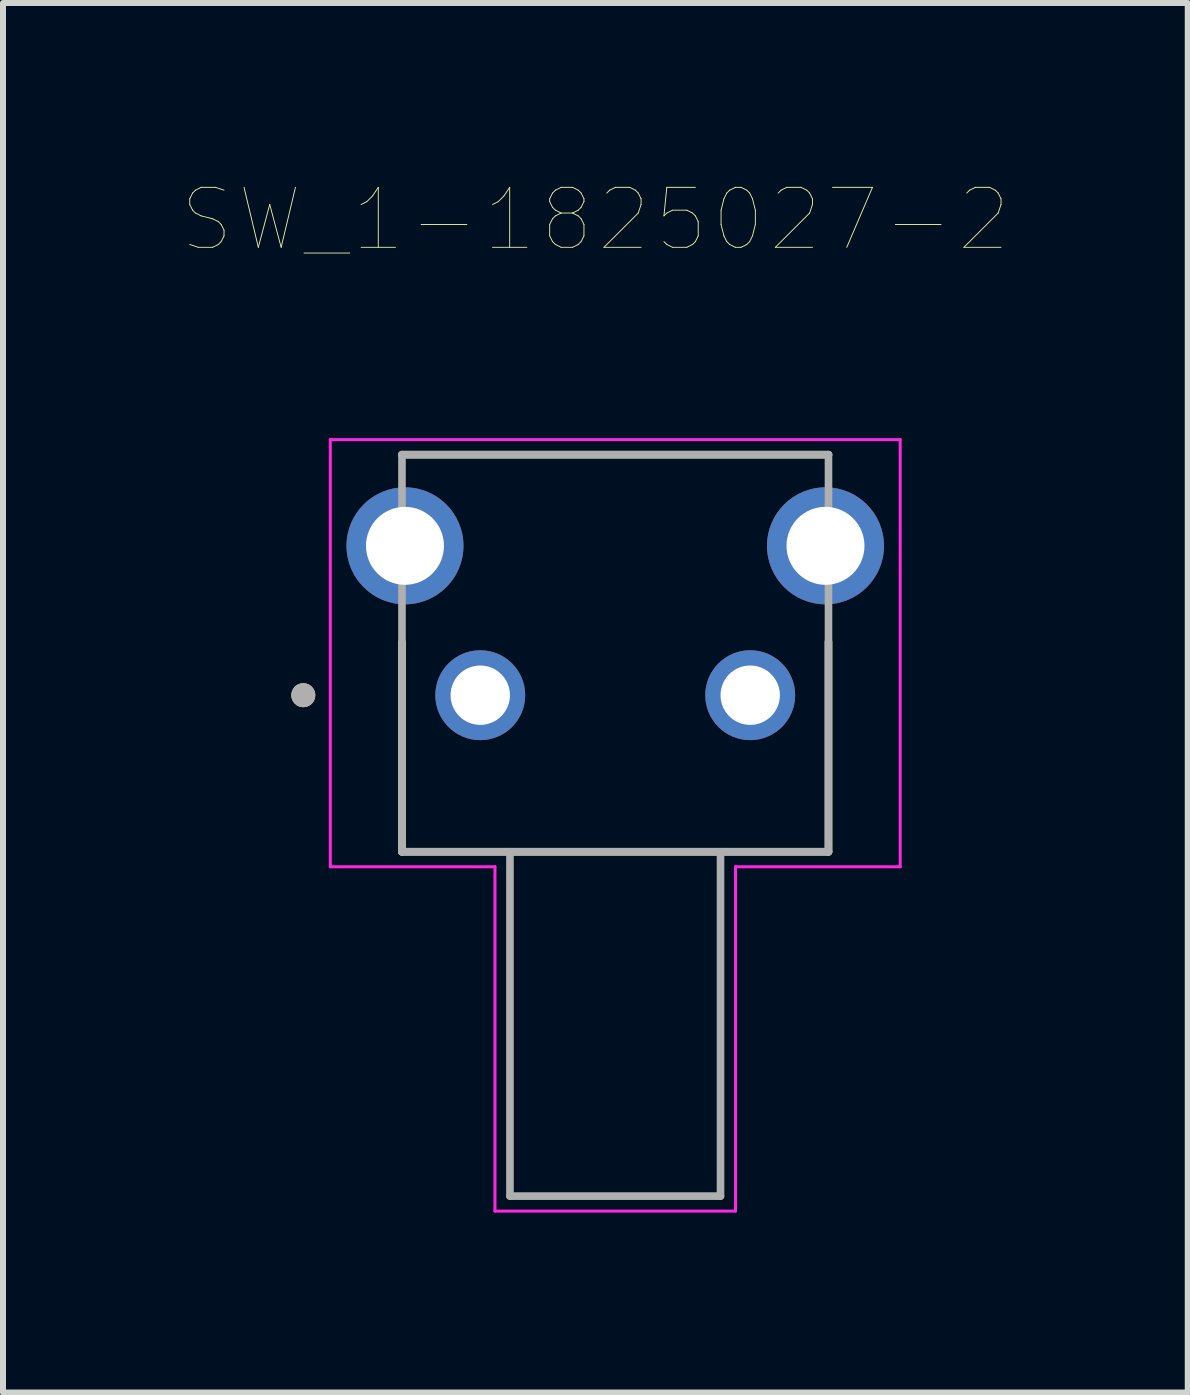
<source format=kicad_pcb>
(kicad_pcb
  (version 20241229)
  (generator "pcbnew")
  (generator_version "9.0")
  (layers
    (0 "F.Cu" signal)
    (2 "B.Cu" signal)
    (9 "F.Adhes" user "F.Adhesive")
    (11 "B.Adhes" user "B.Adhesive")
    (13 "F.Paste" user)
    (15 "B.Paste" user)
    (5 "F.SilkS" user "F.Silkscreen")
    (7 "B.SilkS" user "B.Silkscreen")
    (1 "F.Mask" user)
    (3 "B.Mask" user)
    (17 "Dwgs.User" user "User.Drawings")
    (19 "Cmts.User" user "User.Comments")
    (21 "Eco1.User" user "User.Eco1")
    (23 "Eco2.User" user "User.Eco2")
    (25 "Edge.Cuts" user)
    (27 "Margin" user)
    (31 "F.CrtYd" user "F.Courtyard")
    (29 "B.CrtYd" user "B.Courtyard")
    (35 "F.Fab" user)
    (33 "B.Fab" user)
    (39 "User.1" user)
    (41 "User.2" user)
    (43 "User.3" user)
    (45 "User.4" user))
  (footprint "SW_1-1825027-2"
    (layer "F.Cu")
    (at 7.206 8.539)
    (property "Reference" "SW_1-1825027-2" (at -0.331 -7.928 0) (layer "F.SilkS") (effects (font (size 1 1) (thickness 0.015))))
    (attr through_hole)
    (fp_line (start -3.555 -4.01) (end 3.555 -4.01) (stroke (width 0.127) (type solid)) (layer "F.SilkS"))
    (fp_line (start -3.555 2.61) (end -3.555 -0.885) (stroke (width 0.127) (type solid)) (layer "F.SilkS"))
    (fp_line (start -1.755 2.61) (end -3.555 2.61) (stroke (width 0.127) (type solid)) (layer "F.SilkS"))
    (fp_line (start 1.755 2.61) (end -1.755 2.61) (stroke (width 0.127) (type solid)) (layer "F.SilkS"))
    (fp_line (start 3.555 -0.885) (end 3.555 2.61) (stroke (width 0.127) (type solid)) (layer "F.SilkS"))
    (fp_line (start 3.555 2.61) (end 1.755 2.61) (stroke (width 0.127) (type solid)) (layer "F.SilkS"))
    (fp_circle (center -5.2 0) (end -5.1 0) (stroke (width 0.2) (type solid)) (fill no) (layer "F.SilkS"))
    (fp_line (start -4.75 -4.26) (end 4.75 -4.26) (stroke (width 0.05) (type solid)) (layer "F.CrtYd"))
    (fp_line (start -4.75 2.86) (end -4.75 -4.26) (stroke (width 0.05) (type solid)) (layer "F.CrtYd"))
    (fp_line (start -2.005 2.86) (end -4.75 2.86) (stroke (width 0.05) (type solid)) (layer "F.CrtYd"))
    (fp_line (start -2.005 8.6) (end -2.005 2.86) (stroke (width 0.05) (type solid)) (layer "F.CrtYd"))
    (fp_line (start 2.005 2.86) (end 2.005 8.6) (stroke (width 0.05) (type solid)) (layer "F.CrtYd"))
    (fp_line (start 2.005 8.6) (end -2.005 8.6) (stroke (width 0.05) (type solid)) (layer "F.CrtYd"))
    (fp_line (start 4.75 -4.26) (end 4.75 2.86) (stroke (width 0.05) (type solid)) (layer "F.CrtYd"))
    (fp_line (start 4.75 2.86) (end 2.005 2.86) (stroke (width 0.05) (type solid)) (layer "F.CrtYd"))
    (fp_line (start -3.555 -4.01) (end 3.555 -4.01) (stroke (width 0.127) (type solid)) (layer "F.Fab"))
    (fp_line (start -3.555 2.61) (end -3.555 -4.01) (stroke (width 0.127) (type solid)) (layer "F.Fab"))
    (fp_line (start -1.755 2.61) (end -3.555 2.61) (stroke (width 0.127) (type solid)) (layer "F.Fab"))
    (fp_line (start -1.755 2.61) (end -1.755 8.35) (stroke (width 0.127) (type solid)) (layer "F.Fab"))
    (fp_line (start -1.755 8.35) (end 1.755 8.35) (stroke (width 0.127) (type solid)) (layer "F.Fab"))
    (fp_line (start 1.755 2.61) (end -1.755 2.61) (stroke (width 0.127) (type solid)) (layer "F.Fab"))
    (fp_line (start 1.755 8.35) (end 1.755 2.61) (stroke (width 0.127) (type solid)) (layer "F.Fab"))
    (fp_line (start 3.555 -4.01) (end 3.555 2.61) (stroke (width 0.127) (type solid)) (layer "F.Fab"))
    (fp_line (start 3.555 2.61) (end 1.755 2.61) (stroke (width 0.127) (type solid)) (layer "F.Fab"))
    (fp_circle (center -5.2 0) (end -5.1 0) (stroke (width 0.2) (type solid)) (fill no) (layer "F.Fab"))
    (pad "1" thru_hole circle (at -2.25 0) (size 1.498 1.498) (drill 0.99) (layers "*.Cu" "*.Mask"))
    (pad "2" thru_hole circle (at 2.25 0) (size 1.498 1.498) (drill 0.99) (layers "*.Cu" "*.Mask"))
    (pad "S1" thru_hole circle (at -3.505 -2.49) (size 1.95 1.95) (drill 1.3) (layers "*.Cu" "*.Mask"))
    (pad "S2" thru_hole circle (at 3.505 -2.49) (size 1.95 1.95) (drill 1.3) (layers "*.Cu" "*.Mask")))
  (gr_rect
    (start -3 -3)
    (end 16.75 20.164)
    (stroke (width 0.1) (type default))
    (fill no)
    (layer "Edge.Cuts")))
</source>
